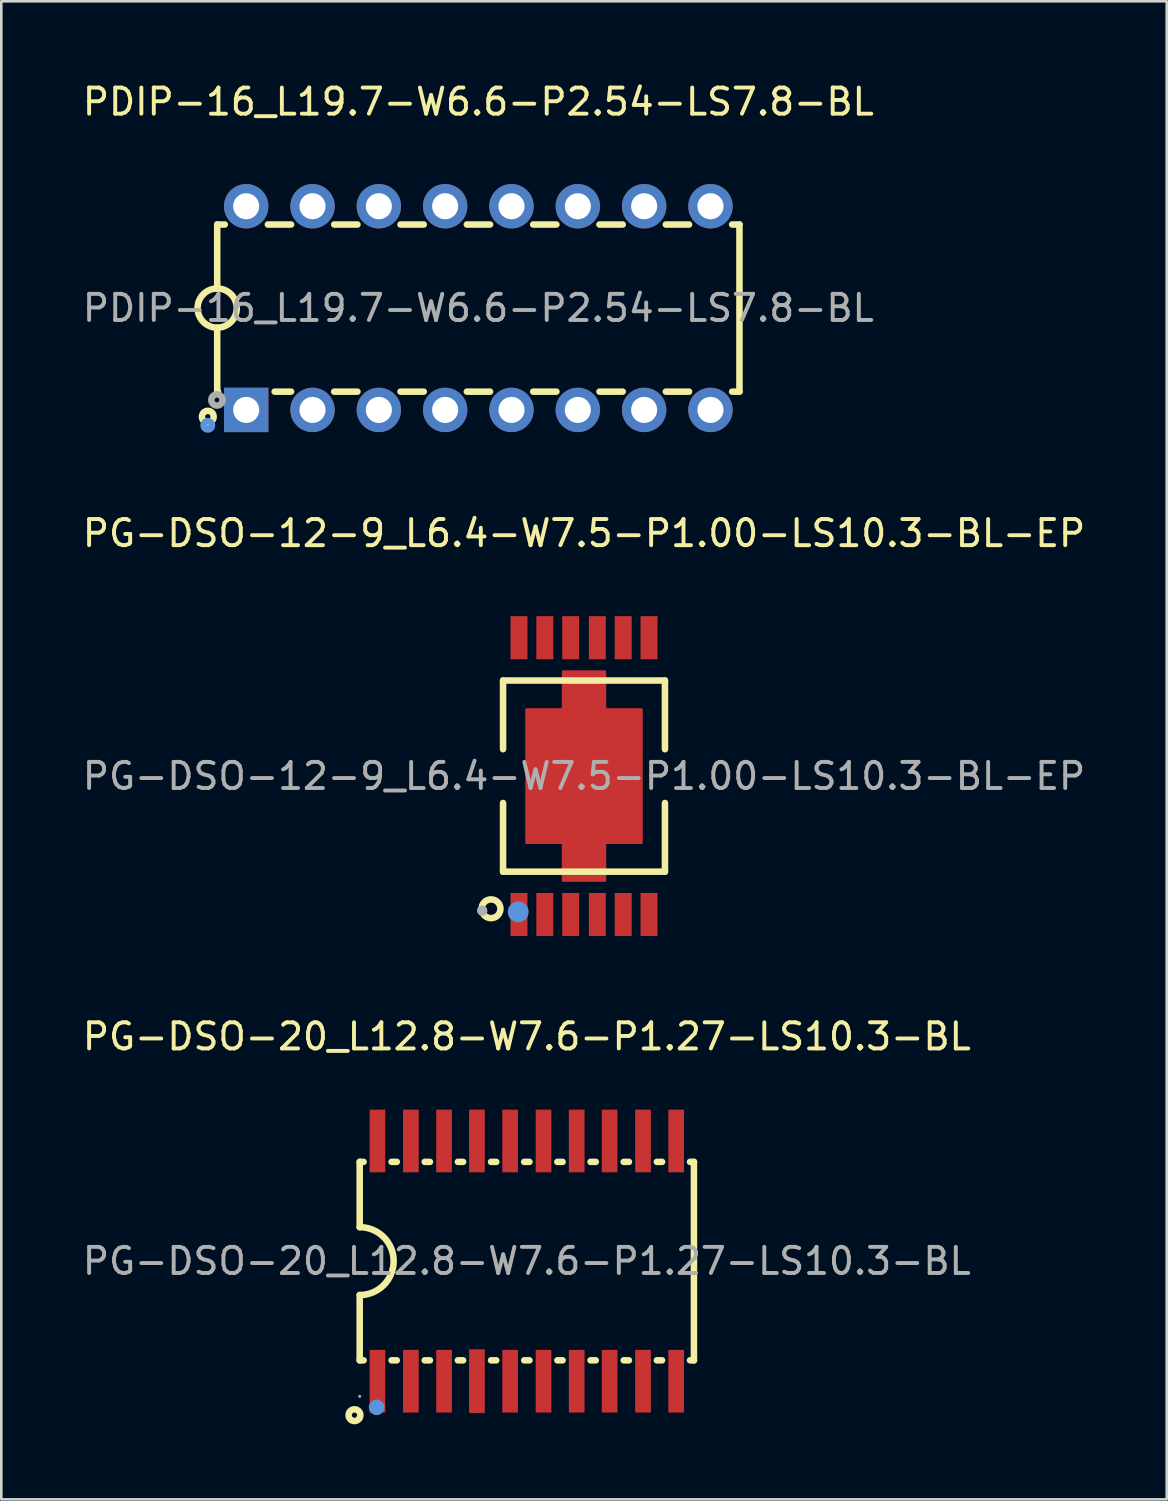
<source format=kicad_pcb>
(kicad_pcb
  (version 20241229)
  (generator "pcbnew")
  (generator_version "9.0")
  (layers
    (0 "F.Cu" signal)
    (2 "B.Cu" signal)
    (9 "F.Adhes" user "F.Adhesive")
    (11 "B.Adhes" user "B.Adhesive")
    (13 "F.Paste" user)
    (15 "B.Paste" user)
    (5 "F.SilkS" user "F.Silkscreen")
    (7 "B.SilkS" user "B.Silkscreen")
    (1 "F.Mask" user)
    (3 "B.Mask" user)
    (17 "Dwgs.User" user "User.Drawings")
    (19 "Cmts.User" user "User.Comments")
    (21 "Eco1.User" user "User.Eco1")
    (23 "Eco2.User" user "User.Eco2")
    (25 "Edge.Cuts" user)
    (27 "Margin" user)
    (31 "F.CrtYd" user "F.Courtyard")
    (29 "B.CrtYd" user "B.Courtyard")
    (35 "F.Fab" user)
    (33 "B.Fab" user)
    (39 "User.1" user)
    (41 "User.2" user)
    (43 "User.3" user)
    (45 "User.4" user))
  (footprint "PG-DSO-20_L12.8-W7.6-P1.27-LS10.3-BL"
    (layer "F.Cu")
    (at 17.125 45.245)
    (property "Reference" "PG-DSO-20_L12.8-W7.6-P1.27-LS10.3-BL" (at 0 -8.6 0) (layer "F.SilkS") (effects (font (size 1 1) (thickness 0.15))))
    (attr through_hole)
    (fp_line (start -6.4 -3.8) (end -6.4 -1.3) (stroke (width 0.25) (type solid)) (layer "F.SilkS"))
    (fp_line (start -6.4 -3.8) (end -6.25 -3.8) (stroke (width 0.25) (type solid)) (layer "F.SilkS"))
    (fp_line (start -6.4 1.3) (end -6.4 3.8) (stroke (width 0.25) (type solid)) (layer "F.SilkS"))
    (fp_line (start -6.4 3.8) (end -6.25 3.8) (stroke (width 0.25) (type solid)) (layer "F.SilkS"))
    (fp_line (start -5.18 -3.8) (end -4.98 -3.8) (stroke (width 0.25) (type solid)) (layer "F.SilkS"))
    (fp_line (start -5.18 3.8) (end -4.98 3.8) (stroke (width 0.25) (type solid)) (layer "F.SilkS"))
    (fp_line (start -3.91 -3.8) (end -3.71 -3.8) (stroke (width 0.25) (type solid)) (layer "F.SilkS"))
    (fp_line (start -3.91 3.8) (end -3.71 3.8) (stroke (width 0.25) (type solid)) (layer "F.SilkS"))
    (fp_line (start -2.64 -3.8) (end -2.44 -3.8) (stroke (width 0.25) (type solid)) (layer "F.SilkS"))
    (fp_line (start -2.64 3.8) (end -2.44 3.8) (stroke (width 0.25) (type solid)) (layer "F.SilkS"))
    (fp_line (start -1.37 -3.8) (end -1.17 -3.8) (stroke (width 0.25) (type solid)) (layer "F.SilkS"))
    (fp_line (start -1.37 3.8) (end -1.17 3.8) (stroke (width 0.25) (type solid)) (layer "F.SilkS"))
    (fp_line (start -0.1 -3.8) (end 0.1 -3.8) (stroke (width 0.25) (type solid)) (layer "F.SilkS"))
    (fp_line (start -0.1 3.8) (end 0.1 3.8) (stroke (width 0.25) (type solid)) (layer "F.SilkS"))
    (fp_line (start 1.17 -3.8) (end 1.37 -3.8) (stroke (width 0.25) (type solid)) (layer "F.SilkS"))
    (fp_line (start 1.17 3.8) (end 1.37 3.8) (stroke (width 0.25) (type solid)) (layer "F.SilkS"))
    (fp_line (start 2.44 -3.8) (end 2.64 -3.8) (stroke (width 0.25) (type solid)) (layer "F.SilkS"))
    (fp_line (start 2.44 3.8) (end 2.64 3.8) (stroke (width 0.25) (type solid)) (layer "F.SilkS"))
    (fp_line (start 3.71 -3.8) (end 3.91 -3.8) (stroke (width 0.25) (type solid)) (layer "F.SilkS"))
    (fp_line (start 3.71 3.8) (end 3.91 3.8) (stroke (width 0.25) (type solid)) (layer "F.SilkS"))
    (fp_line (start 4.98 -3.8) (end 5.18 -3.8) (stroke (width 0.25) (type solid)) (layer "F.SilkS"))
    (fp_line (start 4.98 3.8) (end 5.18 3.8) (stroke (width 0.25) (type solid)) (layer "F.SilkS"))
    (fp_line (start 6.25 -3.8) (end 6.4 -3.8) (stroke (width 0.25) (type solid)) (layer "F.SilkS"))
    (fp_line (start 6.25 3.8) (end 6.4 3.8) (stroke (width 0.25) (type solid)) (layer "F.SilkS"))
    (fp_line (start 6.4 -3.8) (end 6.4 3.8) (stroke (width 0.25) (type solid)) (layer "F.SilkS"))
    (fp_arc (start -6.4 -1.3) (mid -5.1 0) (end -6.4 1.3) (stroke (width 0.25) (type solid)) (layer "F.SilkS"))
    (fp_circle (center -6.6 5.9) (end -6.5 5.9) (stroke (width 0.25) (type solid)) (fill no) (layer "F.SilkS"))
    (fp_circle (center -5.75 5.6) (end -5.6 5.6) (stroke (width 0.3) (type solid)) (fill no) (layer "Cmts.User"))
    (fp_circle (center -6.4 5.18) (end -6.37 5.18) (stroke (width 0.06) (type solid)) (fill no) (layer "F.Fab"))
    (fp_text user "${REFERENCE}" (at 0 0 0) (layer "F.Fab") (effects (font (size 1 1) (thickness 0.15))))
    (pad "1" smd rect (at -5.72 4.6) (size 0.6 2.4) (layers "F.Cu" "F.Mask" "F.Paste"))
    (pad "2" smd rect (at -4.44 4.6) (size 0.6 2.4) (layers "F.Cu" "F.Mask" "F.Paste"))
    (pad "3" smd rect (at -3.17 4.6) (size 0.6 2.4) (layers "F.Cu" "F.Mask" "F.Paste"))
    (pad "4" smd rect (at -1.91 4.6) (size 0.6 2.44) (layers "F.Cu" "F.Mask" "F.Paste"))
    (pad "5" smd rect (at -0.64 4.6) (size 0.6 2.4) (layers "F.Cu" "F.Mask" "F.Paste"))
    (pad "6" smd rect (at 0.64 4.6) (size 0.6 2.4) (layers "F.Cu" "F.Mask" "F.Paste"))
    (pad "7" smd rect (at 1.91 4.6) (size 0.6 2.4) (layers "F.Cu" "F.Mask" "F.Paste"))
    (pad "8" smd rect (at 3.17 4.6) (size 0.6 2.4) (layers "F.Cu" "F.Mask" "F.Paste"))
    (pad "9" smd rect (at 4.45 4.6) (size 0.6 2.4) (layers "F.Cu" "F.Mask" "F.Paste"))
    (pad "10" smd rect (at 5.72 4.6) (size 0.6 2.4) (layers "F.Cu" "F.Mask" "F.Paste"))
    (pad "11" smd rect (at 5.72 -4.6) (size 0.6 2.4) (layers "F.Cu" "F.Mask" "F.Paste"))
    (pad "12" smd rect (at 4.45 -4.6) (size 0.6 2.4) (layers "F.Cu" "F.Mask" "F.Paste"))
    (pad "13" smd rect (at 3.17 -4.6) (size 0.6 2.4) (layers "F.Cu" "F.Mask" "F.Paste"))
    (pad "14" smd rect (at 1.91 -4.6) (size 0.6 2.4) (layers "F.Cu" "F.Mask" "F.Paste"))
    (pad "15" smd rect (at 0.64 -4.6) (size 0.6 2.4) (layers "F.Cu" "F.Mask" "F.Paste"))
    (pad "16" smd rect (at -0.64 -4.6) (size 0.6 2.4) (layers "F.Cu" "F.Mask" "F.Paste"))
    (pad "17" smd rect (at -1.91 -4.6) (size 0.6 2.4) (layers "F.Cu" "F.Mask" "F.Paste"))
    (pad "18" smd rect (at -3.17 -4.6) (size 0.6 2.4) (layers "F.Cu" "F.Mask" "F.Paste"))
    (pad "19" smd rect (at -4.44 -4.6) (size 0.6 2.4) (layers "F.Cu" "F.Mask" "F.Paste"))
    (pad "20" smd rect (at -5.72 -4.6) (size 0.6 2.4) (layers "F.Cu" "F.Mask" "F.Paste")))
  (footprint "PG-DSO-12-9_L6.4-W7.5-P1.00-LS10.3-BL-EP"
    (layer "F.Cu")
    (at 19.315 26.672)
    (property "Reference" "PG-DSO-12-9_L6.4-W7.5-P1.00-LS10.3-BL-EP" (at 0 -9.3 0) (layer "F.SilkS") (effects (font (size 1 1) (thickness 0.15))))
    (attr through_hole)
    (fp_line (start -3.1 -1.03) (end -3.1 -3.66) (stroke (width 0.25) (type solid)) (layer "F.SilkS"))
    (fp_line (start -3.1 3.66) (end -3.1 1.03) (stroke (width 0.25) (type solid)) (layer "F.SilkS"))
    (fp_line (start -3.1 3.66) (end 3.1 3.66) (stroke (width 0.25) (type solid)) (layer "F.SilkS"))
    (fp_line (start 3.1 -3.66) (end -3.1 -3.66) (stroke (width 0.25) (type solid)) (layer "F.SilkS"))
    (fp_line (start 3.1 -1.03) (end 3.1 -3.66) (stroke (width 0.25) (type solid)) (layer "F.SilkS"))
    (fp_line (start 3.1 3.66) (end 3.1 1.03) (stroke (width 0.25) (type solid)) (layer "F.SilkS"))
    (fp_circle (center -3.56 5.08) (end -3.2 5.08) (stroke (width 0.25) (type solid)) (fill no) (layer "F.SilkS"))
    (fp_circle (center -2.52 5.2) (end -2.32 5.2) (stroke (width 0.4) (type solid)) (fill no) (layer "Cmts.User"))
    (fp_circle (center -3.9 5.15) (end -3.8 5.15) (stroke (width 0.2) (type solid)) (fill no) (layer "F.Fab"))
    (fp_text user "${REFERENCE}" (at 0 0 0) (layer "F.Fab") (effects (font (size 1 1) (thickness 0.15))))
    (pad "1" smd rect (at -2.49 5.3 90) (size 1.65 0.65) (layers "F.Cu" "F.Mask" "F.Paste"))
    (pad "2" smd rect (at -1.5 5.3 90) (size 1.65 0.65) (layers "F.Cu" "F.Mask" "F.Paste"))
    (pad "3" smd rect (at -0.51 5.3 90) (size 1.65 0.65) (layers "F.Cu" "F.Mask" "F.Paste"))
    (pad "4" smd rect (at 0.51 5.3 90) (size 1.65 0.65) (layers "F.Cu" "F.Mask" "F.Paste"))
    (pad "5" smd rect (at 1.5 5.3 90) (size 1.65 0.65) (layers "F.Cu" "F.Mask" "F.Paste"))
    (pad "6" smd rect (at 2.49 5.3 90) (size 1.65 0.65) (layers "F.Cu" "F.Mask" "F.Paste"))
    (pad "7" smd rect (at 2.49 -5.3 90) (size 1.65 0.65) (layers "F.Cu" "F.Mask" "F.Paste"))
    (pad "8" smd rect (at 1.5 -5.3 90) (size 1.65 0.65) (layers "F.Cu" "F.Mask" "F.Paste"))
    (pad "9" smd rect (at 0.51 -5.3 90) (size 1.65 0.65) (layers "F.Cu" "F.Mask" "F.Paste"))
    (pad "10" smd rect (at -0.51 -5.3 90) (size 1.65 0.65) (layers "F.Cu" "F.Mask" "F.Paste"))
    (pad "11" smd rect (at -1.5 -5.3 90) (size 1.65 0.65) (layers "F.Cu" "F.Mask" "F.Paste"))
    (pad "12" smd rect (at -2.49 -5.3 90) (size 1.65 0.65) (layers "F.Cu" "F.Mask" "F.Paste"))
    (pad "13" smd custom (at 0 0 90) (size 1 1) (layers "F.Cu" "F.Mask" "F.Paste") (options (anchor circle)) (primitives (gr_poly (pts (xy -4 0.8) (xy -2.55 0.8) (xy -2.55 2.2) (xy 2.55 2.2) (xy 2.55 0.8) (xy 4 0.8) (xy 4 -0.8) (xy 2.55 -0.8) (xy 2.55 -2.2) (xy -2.55 -2.2) (xy -2.55 -0.8) (xy -4 -0.8)) (width 0.1) (fill yes)))))
  (footprint "PDIP-16_L19.7-W6.6-P2.54-LS7.8-BL"
    (layer "F.Cu")
    (at 15.268 8.748)
    (property "Reference" "PDIP-16_L19.7-W6.6-P2.54-LS7.8-BL" (at 0 -7.9 0) (layer "F.SilkS") (effects (font (size 1 1) (thickness 0.15))))
    (attr through_hole)
    (fp_line (start -10 -3.2) (end -10 -0.75) (stroke (width 0.25) (type solid)) (layer "F.SilkS"))
    (fp_line (start -10 -3.2) (end -9.71 -3.2) (stroke (width 0.25) (type solid)) (layer "F.SilkS"))
    (fp_line (start -10 3.2) (end -10 0.75) (stroke (width 0.25) (type solid)) (layer "F.SilkS"))
    (fp_line (start -10 3.2) (end -9.97 3.2) (stroke (width 0.25) (type solid)) (layer "F.SilkS"))
    (fp_line (start -8.06 -3.2) (end -7.17 -3.2) (stroke (width 0.25) (type solid)) (layer "F.SilkS"))
    (fp_line (start -7.8 3.2) (end -7.17 3.2) (stroke (width 0.25) (type solid)) (layer "F.SilkS"))
    (fp_line (start -5.52 -3.2) (end -4.63 -3.2) (stroke (width 0.25) (type solid)) (layer "F.SilkS"))
    (fp_line (start -5.52 3.2) (end -4.63 3.2) (stroke (width 0.25) (type solid)) (layer "F.SilkS"))
    (fp_line (start -2.98 -3.2) (end -2.09 -3.2) (stroke (width 0.25) (type solid)) (layer "F.SilkS"))
    (fp_line (start -2.98 3.2) (end -2.09 3.2) (stroke (width 0.25) (type solid)) (layer "F.SilkS"))
    (fp_line (start -0.44 -3.2) (end 0.45 -3.2) (stroke (width 0.25) (type solid)) (layer "F.SilkS"))
    (fp_line (start -0.44 3.2) (end 0.45 3.2) (stroke (width 0.25) (type solid)) (layer "F.SilkS"))
    (fp_line (start 2.1 -3.2) (end 2.99 -3.2) (stroke (width 0.25) (type solid)) (layer "F.SilkS"))
    (fp_line (start 2.1 3.2) (end 2.99 3.2) (stroke (width 0.25) (type solid)) (layer "F.SilkS"))
    (fp_line (start 4.64 -3.2) (end 5.53 -3.2) (stroke (width 0.25) (type solid)) (layer "F.SilkS"))
    (fp_line (start 4.64 3.2) (end 5.53 3.2) (stroke (width 0.25) (type solid)) (layer "F.SilkS"))
    (fp_line (start 7.18 -3.2) (end 8.07 -3.2) (stroke (width 0.25) (type solid)) (layer "F.SilkS"))
    (fp_line (start 7.18 3.2) (end 8.07 3.2) (stroke (width 0.25) (type solid)) (layer "F.SilkS"))
    (fp_line (start 9.72 -3.2) (end 10 -3.2) (stroke (width 0.25) (type solid)) (layer "F.SilkS"))
    (fp_line (start 9.72 3.2) (end 10 3.2) (stroke (width 0.25) (type solid)) (layer "F.SilkS"))
    (fp_line (start 10 -3.2) (end 10 3.2) (stroke (width 0.25) (type solid)) (layer "F.SilkS"))
    (fp_arc (start -10.013089 0.749886) (mid -9.993455 -0.749972) (end -10 0.75) (stroke (width 0.25) (type solid)) (layer "F.SilkS"))
    (fp_circle (center -10.36 4.16) (end -10.26 4.16) (stroke (width 0.25) (type solid)) (fill no) (layer "F.SilkS"))
    (fp_circle (center -10.36 4.49) (end -10.2 4.49) (stroke (width 0.25) (type solid)) (fill no) (layer "Cmts.User"))
    (fp_circle (center -10.01 3.52) (end -9.92 3.52) (stroke (width 0.25) (type solid)) (fill no) (layer "F.Fab"))
    (fp_text user "${REFERENCE}" (at 0 0 0) (layer "F.Fab") (effects (font (size 1 1) (thickness 0.15))))
    (pad "1" thru_hole rect (at -8.89 3.9 90) (size 1.7 1.7) (drill 1) (layers "*.Cu" "*.Paste" "*.Mask"))
    (pad "2" thru_hole circle (at -6.35 3.9 90) (size 1.7 1.7) (drill 1) (layers "*.Cu" "*.Paste" "*.Mask"))
    (pad "3" thru_hole circle (at -3.81 3.9 90) (size 1.7 1.7) (drill 1) (layers "*.Cu" "*.Paste" "*.Mask"))
    (pad "4" thru_hole circle (at -1.27 3.9 90) (size 1.7 1.7) (drill 1) (layers "*.Cu" "*.Paste" "*.Mask"))
    (pad "5" thru_hole circle (at 1.27 3.9 90) (size 1.7 1.7) (drill 1) (layers "*.Cu" "*.Paste" "*.Mask"))
    (pad "6" thru_hole circle (at 3.81 3.9 90) (size 1.7 1.7) (drill 1) (layers "*.Cu" "*.Paste" "*.Mask"))
    (pad "7" thru_hole circle (at 6.35 3.9 90) (size 1.7 1.7) (drill 1) (layers "*.Cu" "*.Paste" "*.Mask"))
    (pad "8" thru_hole circle (at 8.89 3.9 90) (size 1.7 1.7) (drill 1) (layers "*.Cu" "*.Paste" "*.Mask"))
    (pad "9" thru_hole circle (at 8.89 -3.9 90) (size 1.7 1.7) (drill 1) (layers "*.Cu" "*.Paste" "*.Mask"))
    (pad "10" thru_hole circle (at 6.35 -3.9 90) (size 1.7 1.7) (drill 1) (layers "*.Cu" "*.Paste" "*.Mask"))
    (pad "11" thru_hole circle (at 3.81 -3.9 90) (size 1.7 1.7) (drill 1) (layers "*.Cu" "*.Paste" "*.Mask"))
    (pad "12" thru_hole circle (at 1.27 -3.9 90) (size 1.7 1.7) (drill 1) (layers "*.Cu" "*.Paste" "*.Mask"))
    (pad "13" thru_hole circle (at -1.27 -3.9 90) (size 1.7 1.7) (drill 1) (layers "*.Cu" "*.Paste" "*.Mask"))
    (pad "14" thru_hole circle (at -3.81 -3.9 90) (size 1.7 1.7) (drill 1) (layers "*.Cu" "*.Paste" "*.Mask"))
    (pad "15" thru_hole circle (at -6.35 -3.9 90) (size 1.7 1.7) (drill 1) (layers "*.Cu" "*.Paste" "*.Mask"))
    (pad "16" thru_hole circle (at -8.89 -3.9 90) (size 1.7 1.7) (drill 1) (layers "*.Cu" "*.Paste" "*.Mask")))
  (gr_rect
    (start -3 -3)
    (end 41.631 54.37)
    (stroke (width 0.1) (type default))
    (fill no)
    (layer "Edge.Cuts")))
</source>
